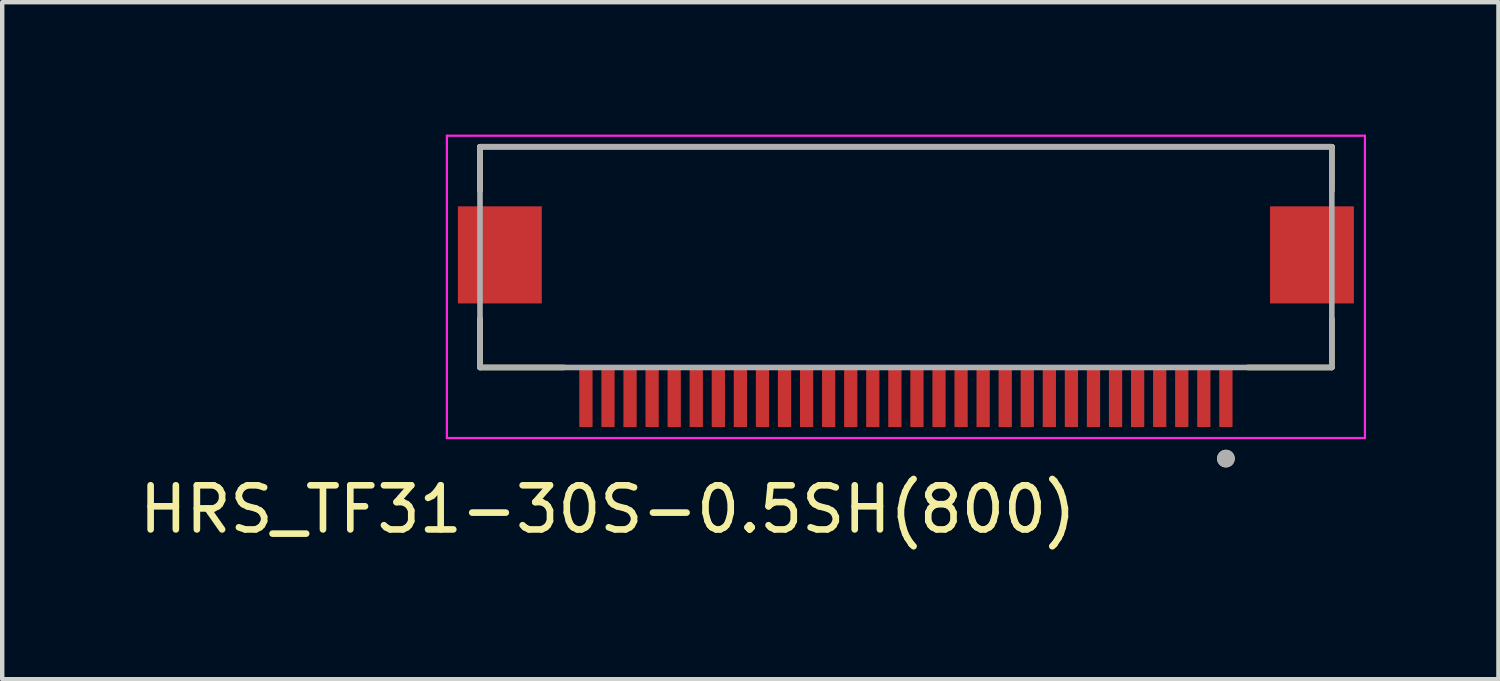
<source format=kicad_pcb>
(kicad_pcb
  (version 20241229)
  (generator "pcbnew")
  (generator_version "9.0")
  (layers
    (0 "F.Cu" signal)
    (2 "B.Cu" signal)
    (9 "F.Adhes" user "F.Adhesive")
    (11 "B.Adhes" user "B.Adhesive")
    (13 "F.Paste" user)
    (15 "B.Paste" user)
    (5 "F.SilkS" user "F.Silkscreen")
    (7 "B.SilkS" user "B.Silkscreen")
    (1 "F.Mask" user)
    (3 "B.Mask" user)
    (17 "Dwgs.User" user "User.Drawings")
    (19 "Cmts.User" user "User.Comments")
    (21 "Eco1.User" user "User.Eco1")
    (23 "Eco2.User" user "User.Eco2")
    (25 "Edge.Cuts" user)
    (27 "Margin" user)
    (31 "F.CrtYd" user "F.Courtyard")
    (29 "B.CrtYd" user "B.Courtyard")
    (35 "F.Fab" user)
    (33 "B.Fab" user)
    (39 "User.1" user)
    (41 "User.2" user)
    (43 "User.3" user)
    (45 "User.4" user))
  (footprint "HRS_TF31-30S-0.5SH(800)"
    (layer "F.Cu")
    (at 17.475 2.775)
    (property "Reference" "HRS_TF31-30S-0.5SH(800)" (at -6.755 5.715 0) (layer "F.SilkS") (effects (font (size 1 1) (thickness 0.15))))
    (attr through_hole)
    (fp_line (start -9.65 -2.5) (end -9.65 -1.5) (stroke (width 0.127) (type solid)) (layer "F.SilkS"))
    (fp_line (start -9.65 1.4) (end -9.65 2.5) (stroke (width 0.127) (type solid)) (layer "F.SilkS"))
    (fp_line (start -9.65 2.5) (end -7.75 2.5) (stroke (width 0.127) (type solid)) (layer "F.SilkS"))
    (fp_line (start 7.75 2.5) (end 9.65 2.5) (stroke (width 0.127) (type solid)) (layer "F.SilkS"))
    (fp_line (start 9.65 -2.5) (end -9.65 -2.5) (stroke (width 0.127) (type solid)) (layer "F.SilkS"))
    (fp_line (start 9.65 -1.5) (end 9.65 -2.5) (stroke (width 0.127) (type solid)) (layer "F.SilkS"))
    (fp_line (start 9.65 2.5) (end 9.65 1.4) (stroke (width 0.127) (type solid)) (layer "F.SilkS"))
    (fp_circle (center 7.25 4.565) (end 7.35 4.565) (stroke (width 0.2) (type solid)) (fill no) (layer "F.SilkS"))
    (fp_line (start -10.4 -2.75) (end 10.4 -2.75) (stroke (width 0.05) (type solid)) (layer "F.CrtYd"))
    (fp_line (start -10.4 4.1) (end -10.4 -2.75) (stroke (width 0.05) (type solid)) (layer "F.CrtYd"))
    (fp_line (start 10.4 -2.75) (end 10.4 4.1) (stroke (width 0.05) (type solid)) (layer "F.CrtYd"))
    (fp_line (start 10.4 4.1) (end -10.4 4.1) (stroke (width 0.05) (type solid)) (layer "F.CrtYd"))
    (fp_line (start -9.65 -2.5) (end 9.65 -2.5) (stroke (width 0.127) (type solid)) (layer "F.Fab"))
    (fp_line (start -9.65 2.5) (end -9.65 -2.5) (stroke (width 0.127) (type solid)) (layer "F.Fab"))
    (fp_line (start 9.65 -2.5) (end 9.65 2.5) (stroke (width 0.127) (type solid)) (layer "F.Fab"))
    (fp_line (start 9.65 2.5) (end -9.65 2.5) (stroke (width 0.127) (type solid)) (layer "F.Fab"))
    (fp_circle (center 7.25 4.565) (end 7.35 4.565) (stroke (width 0.2) (type solid)) (fill no) (layer "F.Fab"))
    (pad "1" smd rect (at 7.25 3.2) (size 0.3 1.3) (layers "F.Cu" "F.Mask" "F.Paste"))
    (pad "2" smd rect (at 6.75 3.2) (size 0.3 1.3) (layers "F.Cu" "F.Mask" "F.Paste"))
    (pad "3" smd rect (at 6.25 3.2) (size 0.3 1.3) (layers "F.Cu" "F.Mask" "F.Paste"))
    (pad "4" smd rect (at 5.75 3.2) (size 0.3 1.3) (layers "F.Cu" "F.Mask" "F.Paste"))
    (pad "5" smd rect (at 5.25 3.2) (size 0.3 1.3) (layers "F.Cu" "F.Mask" "F.Paste"))
    (pad "6" smd rect (at 4.75 3.2) (size 0.3 1.3) (layers "F.Cu" "F.Mask" "F.Paste"))
    (pad "7" smd rect (at 4.25 3.2) (size 0.3 1.3) (layers "F.Cu" "F.Mask" "F.Paste"))
    (pad "8" smd rect (at 3.75 3.2) (size 0.3 1.3) (layers "F.Cu" "F.Mask" "F.Paste"))
    (pad "9" smd rect (at 3.25 3.2) (size 0.3 1.3) (layers "F.Cu" "F.Mask" "F.Paste"))
    (pad "10" smd rect (at 2.75 3.2) (size 0.3 1.3) (layers "F.Cu" "F.Mask" "F.Paste"))
    (pad "11" smd rect (at 2.25 3.2) (size 0.3 1.3) (layers "F.Cu" "F.Mask" "F.Paste"))
    (pad "12" smd rect (at 1.75 3.2) (size 0.3 1.3) (layers "F.Cu" "F.Mask" "F.Paste"))
    (pad "13" smd rect (at 1.25 3.2) (size 0.3 1.3) (layers "F.Cu" "F.Mask" "F.Paste"))
    (pad "14" smd rect (at 0.75 3.2) (size 0.3 1.3) (layers "F.Cu" "F.Mask" "F.Paste"))
    (pad "15" smd rect (at 0.25 3.2) (size 0.3 1.3) (layers "F.Cu" "F.Mask" "F.Paste"))
    (pad "16" smd rect (at -0.25 3.2) (size 0.3 1.3) (layers "F.Cu" "F.Mask" "F.Paste"))
    (pad "17" smd rect (at -0.75 3.2) (size 0.3 1.3) (layers "F.Cu" "F.Mask" "F.Paste"))
    (pad "18" smd rect (at -1.25 3.2) (size 0.3 1.3) (layers "F.Cu" "F.Mask" "F.Paste"))
    (pad "19" smd rect (at -1.75 3.2) (size 0.3 1.3) (layers "F.Cu" "F.Mask" "F.Paste"))
    (pad "20" smd rect (at -2.25 3.2) (size 0.3 1.3) (layers "F.Cu" "F.Mask" "F.Paste"))
    (pad "21" smd rect (at -2.75 3.2) (size 0.3 1.3) (layers "F.Cu" "F.Mask" "F.Paste"))
    (pad "22" smd rect (at -3.25 3.2) (size 0.3 1.3) (layers "F.Cu" "F.Mask" "F.Paste"))
    (pad "23" smd rect (at -3.75 3.2) (size 0.3 1.3) (layers "F.Cu" "F.Mask" "F.Paste"))
    (pad "24" smd rect (at -4.25 3.2) (size 0.3 1.3) (layers "F.Cu" "F.Mask" "F.Paste"))
    (pad "25" smd rect (at -4.75 3.2) (size 0.3 1.3) (layers "F.Cu" "F.Mask" "F.Paste"))
    (pad "26" smd rect (at -5.25 3.2) (size 0.3 1.3) (layers "F.Cu" "F.Mask" "F.Paste"))
    (pad "27" smd rect (at -5.75 3.2) (size 0.3 1.3) (layers "F.Cu" "F.Mask" "F.Paste"))
    (pad "28" smd rect (at -6.25 3.2) (size 0.3 1.3) (layers "F.Cu" "F.Mask" "F.Paste"))
    (pad "29" smd rect (at -6.75 3.2) (size 0.3 1.3) (layers "F.Cu" "F.Mask" "F.Paste"))
    (pad "30" smd rect (at -7.25 3.2) (size 0.3 1.3) (layers "F.Cu" "F.Mask" "F.Paste"))
    (pad "S1" smd rect (at -9.2 -0.05) (size 1.9 2.2) (layers "F.Cu" "F.Mask" "F.Paste"))
    (pad "S2" smd rect (at 9.2 -0.05) (size 1.9 2.2) (layers "F.Cu" "F.Mask" "F.Paste")))
  (gr_rect
    (start -3 -3)
    (end 30.9 12.338)
    (stroke (width 0.1) (type default))
    (fill no)
    (layer "Edge.Cuts")))
</source>
